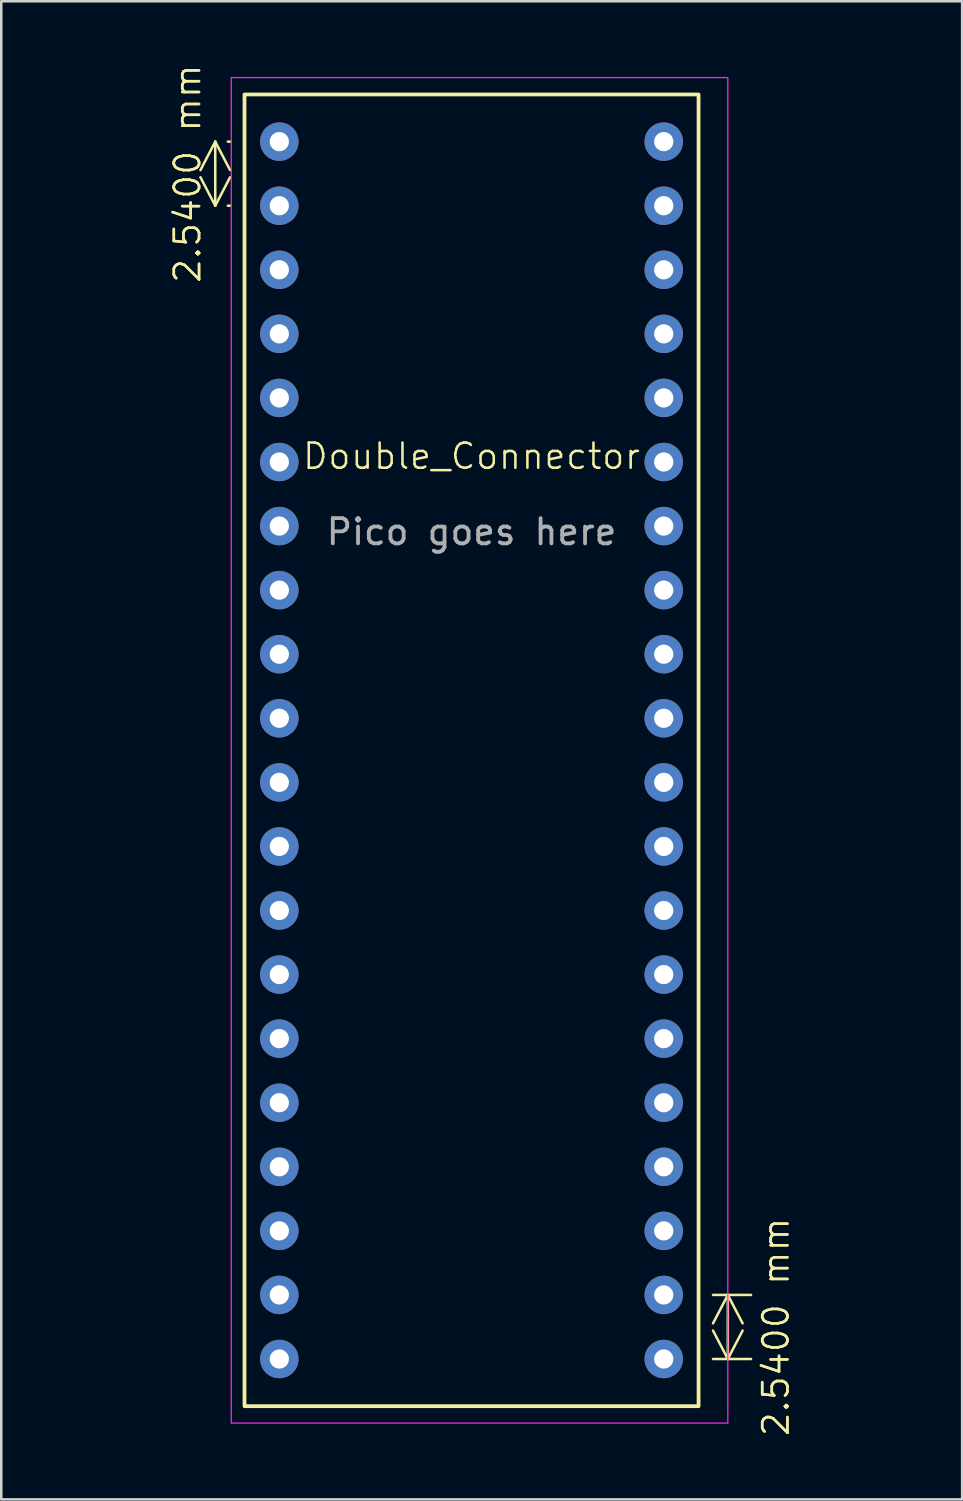
<source format=kicad_pcb>
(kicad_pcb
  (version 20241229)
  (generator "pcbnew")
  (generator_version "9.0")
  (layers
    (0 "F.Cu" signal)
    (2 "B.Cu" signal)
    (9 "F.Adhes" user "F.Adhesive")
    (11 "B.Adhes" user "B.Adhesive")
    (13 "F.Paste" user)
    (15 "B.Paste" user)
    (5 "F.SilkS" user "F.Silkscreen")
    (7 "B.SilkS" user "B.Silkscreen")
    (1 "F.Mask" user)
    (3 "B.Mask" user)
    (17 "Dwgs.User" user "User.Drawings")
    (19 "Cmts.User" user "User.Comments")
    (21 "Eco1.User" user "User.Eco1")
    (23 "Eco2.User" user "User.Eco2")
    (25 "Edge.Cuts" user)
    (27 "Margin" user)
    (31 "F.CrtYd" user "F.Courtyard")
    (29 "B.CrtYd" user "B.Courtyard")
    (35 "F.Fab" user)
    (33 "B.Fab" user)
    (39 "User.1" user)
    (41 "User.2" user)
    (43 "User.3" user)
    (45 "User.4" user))
  (footprint "Double_Connector"
    (layer "F.Cu")
    (at 15.643 26.695)
    (property "Reference" "Double_Connector" (at 0 -11.66 0) (unlocked yes) (layer "F.SilkS") (effects (font (size 1 1) (thickness 0.1))))
    (attr through_hole)
    (fp_rect (start -9 -26) (end 9 26) (stroke (width 0.15) (type default)) (fill no) (layer "F.SilkS"))
    (fp_rect (start -9.525 -26.67) (end 10.16 26.67) (stroke (width 0.05) (type default)) (fill no) (layer "F.CrtYd"))
    (fp_text user "Pico goes here" (at 0 -8.66 0) (unlocked yes) (layer "F.Fab") (effects (font (size 1 1) (thickness 0.15))))
    (dimension (type aligned) (layer "F.SilkS") (pts (xy 27.223 48.285) (xy 27.223 50.825)) (height 1.42) (format (prefix "") (suffix "") (units 3) (units_format 1) (precision 4)) (style (thickness 0.1) (arrow_length 1.27) (text_position_mode 2) (arrow_direction outward) (extension_height 0.586) (extension_offset 0.5) (keep_text_aligned yes)) (gr_text "2.5400 mm" (at 27.708 49.555 90) (layer "F.SilkS") (effects (font (size 1 1) (thickness 0.1)))))
    (dimension (type aligned) (layer "F.SilkS") (pts (xy 5.483 2.565) (xy 5.483 5.105)) (height 0) (format (prefix "") (suffix "") (units 3) (units_format 1) (precision 4)) (style (thickness 0.1) (arrow_length 1.27) (text_position_mode 0) (arrow_direction outward) (extension_height 0.586) (extension_offset 0.5) (keep_text_aligned yes)) (gr_text "2.5400 mm" (at 4.383 3.835 90) (layer "F.SilkS") (effects (font (size 1 1) (thickness 0.1)))))
    (pad "1" thru_hole circle (at 7.62 -24.13) (size 1.524 1.524) (drill 0.762) (layers "*.Cu" "*.Mask"))
    (pad "2" thru_hole circle (at 7.62 -21.59) (size 1.524 1.524) (drill 0.762) (layers "*.Cu" "*.Mask"))
    (pad "3" thru_hole circle (at 7.62 -19.05) (size 1.524 1.524) (drill 0.762) (layers "*.Cu" "*.Mask"))
    (pad "4" thru_hole circle (at 7.62 -16.51) (size 1.524 1.524) (drill 0.762) (layers "*.Cu" "*.Mask"))
    (pad "5" thru_hole circle (at 7.62 -13.97) (size 1.524 1.524) (drill 0.762) (layers "*.Cu" "*.Mask"))
    (pad "6" thru_hole circle (at 7.62 -11.43) (size 1.524 1.524) (drill 0.762) (layers "*.Cu" "*.Mask"))
    (pad "7" thru_hole circle (at 7.62 -8.89) (size 1.524 1.524) (drill 0.762) (layers "*.Cu" "*.Mask"))
    (pad "8" thru_hole circle (at 7.62 -6.35) (size 1.524 1.524) (drill 0.762) (layers "*.Cu" "*.Mask"))
    (pad "9" thru_hole circle (at 7.62 -3.81) (size 1.524 1.524) (drill 0.762) (layers "*.Cu" "*.Mask"))
    (pad "10" thru_hole circle (at 7.62 -1.27) (size 1.524 1.524) (drill 0.762) (layers "*.Cu" "*.Mask"))
    (pad "11" thru_hole circle (at 7.62 1.27) (size 1.524 1.524) (drill 0.762) (layers "*.Cu" "*.Mask"))
    (pad "12" thru_hole circle (at 7.62 3.81) (size 1.524 1.524) (drill 0.762) (layers "*.Cu" "*.Mask"))
    (pad "13" thru_hole circle (at 7.62 6.35) (size 1.524 1.524) (drill 0.762) (layers "*.Cu" "*.Mask"))
    (pad "14" thru_hole circle (at 7.62 8.89) (size 1.524 1.524) (drill 0.762) (layers "*.Cu" "*.Mask"))
    (pad "15" thru_hole circle (at 7.62 11.43) (size 1.524 1.524) (drill 0.762) (layers "*.Cu" "*.Mask"))
    (pad "16" thru_hole circle (at 7.62 13.97) (size 1.524 1.524) (drill 0.762) (layers "*.Cu" "*.Mask"))
    (pad "17" thru_hole circle (at 7.62 16.51) (size 1.524 1.524) (drill 0.762) (layers "*.Cu" "*.Mask"))
    (pad "18" thru_hole circle (at 7.62 19.05) (size 1.524 1.524) (drill 0.762) (layers "*.Cu" "*.Mask"))
    (pad "19" thru_hole circle (at 7.62 21.59) (size 1.524 1.524) (drill 0.762) (layers "*.Cu" "*.Mask"))
    (pad "20" thru_hole circle (at 7.62 24.13) (size 1.524 1.524) (drill 0.762) (layers "*.Cu" "*.Mask"))
    (pad "21" thru_hole circle (at -7.62 24.13) (size 1.524 1.524) (drill 0.762) (layers "*.Cu" "*.Mask"))
    (pad "22" thru_hole circle (at -7.62 21.59) (size 1.524 1.524) (drill 0.762) (layers "*.Cu" "*.Mask"))
    (pad "23" thru_hole circle (at -7.62 19.05) (size 1.524 1.524) (drill 0.762) (layers "*.Cu" "*.Mask"))
    (pad "24" thru_hole circle (at -7.62 16.51) (size 1.524 1.524) (drill 0.762) (layers "*.Cu" "*.Mask"))
    (pad "25" thru_hole circle (at -7.62 13.97) (size 1.524 1.524) (drill 0.762) (layers "*.Cu" "*.Mask"))
    (pad "26" thru_hole circle (at -7.62 11.43) (size 1.524 1.524) (drill 0.762) (layers "*.Cu" "*.Mask"))
    (pad "27" thru_hole circle (at -7.62 8.89) (size 1.524 1.524) (drill 0.762) (layers "*.Cu" "*.Mask"))
    (pad "28" thru_hole circle (at -7.62 6.35) (size 1.524 1.524) (drill 0.762) (layers "*.Cu" "*.Mask"))
    (pad "29" thru_hole circle (at -7.62 3.81) (size 1.524 1.524) (drill 0.762) (layers "*.Cu" "*.Mask"))
    (pad "30" thru_hole circle (at -7.62 1.27) (size 1.524 1.524) (drill 0.762) (layers "*.Cu" "*.Mask"))
    (pad "31" thru_hole circle (at -7.62 -1.27) (size 1.524 1.524) (drill 0.762) (layers "*.Cu" "*.Mask"))
    (pad "32" thru_hole circle (at -7.62 -3.81) (size 1.524 1.524) (drill 0.762) (layers "*.Cu" "*.Mask"))
    (pad "33" thru_hole circle (at -7.62 -6.35) (size 1.524 1.524) (drill 0.762) (layers "*.Cu" "*.Mask"))
    (pad "34" thru_hole circle (at -7.62 -8.89) (size 1.524 1.524) (drill 0.762) (layers "*.Cu" "*.Mask"))
    (pad "35" thru_hole circle (at -7.62 -11.43) (size 1.524 1.524) (drill 0.762) (layers "*.Cu" "*.Mask"))
    (pad "36" thru_hole circle (at -7.62 -13.97) (size 1.524 1.524) (drill 0.762) (layers "*.Cu" "*.Mask"))
    (pad "37" thru_hole circle (at -7.62 -16.51) (size 1.524 1.524) (drill 0.762) (layers "*.Cu" "*.Mask"))
    (pad "38" thru_hole circle (at -7.62 -19.05) (size 1.524 1.524) (drill 0.762) (layers "*.Cu" "*.Mask"))
    (pad "39" thru_hole circle (at -7.62 -21.59) (size 1.524 1.524) (drill 0.762) (layers "*.Cu" "*.Mask"))
    (pad "40" thru_hole circle (at -7.62 -24.13) (size 1.524 1.524) (drill 0.762) (layers "*.Cu" "*.Mask")))
  (gr_rect
    (start -3 -3)
    (end 35.092 56.39)
    (stroke (width 0.1) (type default))
    (fill no)
    (layer "Edge.Cuts")))
</source>
